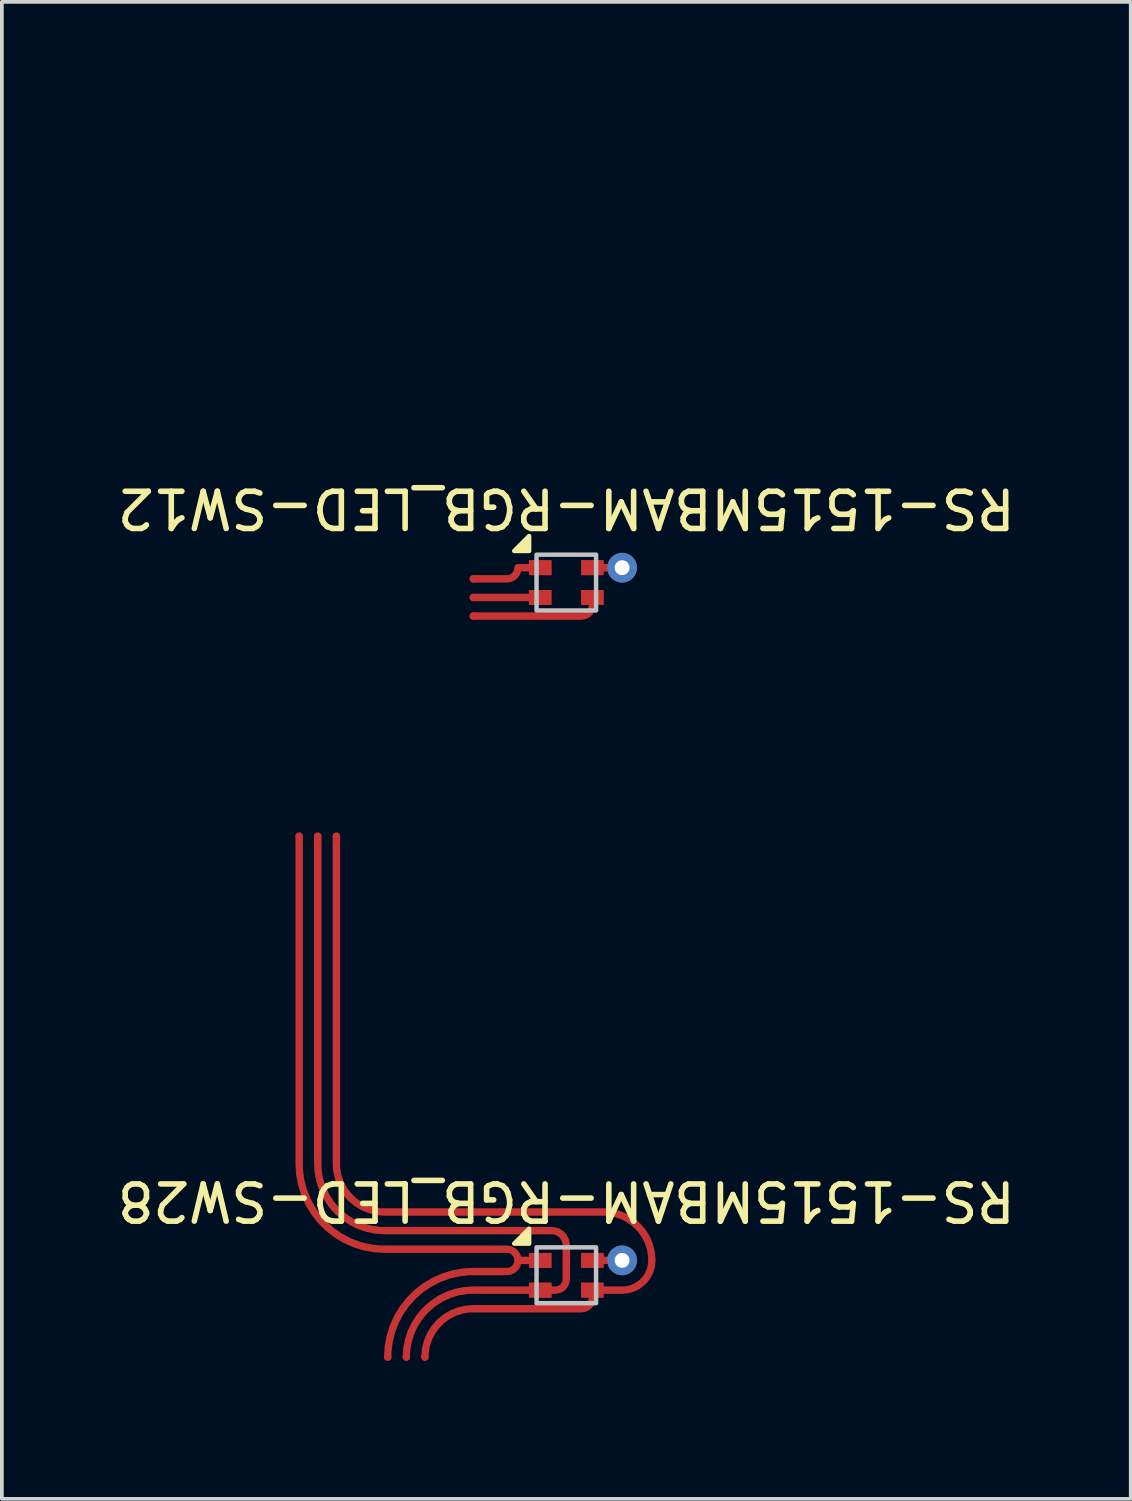
<source format=kicad_pcb>
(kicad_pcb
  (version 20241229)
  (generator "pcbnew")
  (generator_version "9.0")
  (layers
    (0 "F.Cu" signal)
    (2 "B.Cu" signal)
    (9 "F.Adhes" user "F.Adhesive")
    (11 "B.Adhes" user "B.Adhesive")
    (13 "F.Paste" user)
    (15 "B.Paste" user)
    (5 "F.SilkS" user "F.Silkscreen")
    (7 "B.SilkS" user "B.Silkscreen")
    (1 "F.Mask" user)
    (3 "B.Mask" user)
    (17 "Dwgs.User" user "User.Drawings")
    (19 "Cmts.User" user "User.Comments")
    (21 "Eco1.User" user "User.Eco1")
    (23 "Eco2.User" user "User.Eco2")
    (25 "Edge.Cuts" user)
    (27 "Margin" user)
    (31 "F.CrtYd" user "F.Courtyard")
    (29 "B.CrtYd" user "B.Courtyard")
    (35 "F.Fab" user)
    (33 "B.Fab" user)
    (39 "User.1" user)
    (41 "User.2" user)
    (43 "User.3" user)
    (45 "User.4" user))
  (footprint "RS-1515MBAM-RGB_LED-SW28"
    (layer "F.Cu")
    (at 12.173 31.23)
    (property "Reference" "RS-1515MBAM-RGB_LED-SW28" (at 0 -2 180) (unlocked yes) (layer "F.SilkS") (effects (font (size 1 1) (thickness 0.15))))
    (attr smd)
    (fp_poly (pts (xy -1 -0.85) (xy -1.4 -0.85) (xy -1 -1.25)) (stroke (width 0.12) (type solid)) (fill yes) (layer "F.SilkS"))
    (fp_rect (start -0.8 -0.75) (end 0.8 0.75) (stroke (width 0.12) (type solid)) (fill no) (layer "Dwgs.User"))
    (fp_line (start -2 -12.55) (end 2 -12.55) (stroke (width 0.12) (type solid)) (layer "User.4"))
    (fp_line (start -2 -11.05) (end 2 -11.05) (stroke (width 0.12) (type solid)) (layer "User.4"))
    (fp_line (start -2 1.45) (end 2 1.45) (stroke (width 0.12) (type solid)) (layer "User.4"))
    (fp_line (start -2 2.95) (end 2 2.95) (stroke (width 0.12) (type solid)) (layer "User.4"))
    (fp_arc (start -2 -11.05) (mid -2.75 -11.8) (end -2 -12.55) (stroke (width 0.12) (type solid)) (layer "User.4"))
    (fp_arc (start -2 2.95) (mid -2.75 2.2) (end -2 1.45) (stroke (width 0.12) (type solid)) (layer "User.4"))
    (fp_arc (start 2 -12.55) (mid 2.75 -11.8) (end 2 -11.05) (stroke (width 0.12) (type solid)) (layer "User.4"))
    (fp_arc (start 2 1.45) (mid 2.75 2.2) (end 2 2.95) (stroke (width 0.12) (type solid)) (layer "User.4"))
    (fp_circle (center 0 -4.8) (end 1.65 -4.8) (stroke (width 0.12) (type solid)) (fill no) (layer "User.4"))
    (pad "1" smd circle (at -7.181 -11.8) (size 0.2 0.2) (layers "F.Cu"))
    (pad "1" smd circle (at -4.8 2.2) (size 0.2 0.2) (layers "F.Cu"))
    (pad "1" smd rect (at -0.7 -0.4) (size 0.6 0.4) (layers "F.Cu" "F.Mask" "F.Paste"))
    (pad "1" smd custom (at -0.7 -0.4) (size 0.6 0.4) (layers "F.Cu") (options (anchor rect)) (primitives (gr_line (start 0 0) (end -0.6 0) (width 0.2)) (gr_arc (start -0.9 -0.3) (mid -0.6 0) (end -0.9 0.3) (width 0.2)) (gr_line (start -0.9 -0.3) (end -1.8 -0.3) (width 0.2)) (gr_line (start -1.8 -0.3) (end -4.181 -0.3) (width 0.2)) (gr_arc (start -4.18125 -0.3) (mid -5.806177 -0.972238) (end -6.481247 -2.59599) (width 0.2)) (gr_line (start -6.481 -2.6) (end -6.481 -11.4) (width 0.2)) (gr_line (start -0.9 0.3) (end -1.8 0.3) (width 0.2)) (gr_arc (start -4.1 2.6) (mid -3.426347 0.973655) (end -1.800002 0.3) (width 0.2))))
    (pad "2" smd rect (at 0.7 -0.4) (size 0.6 0.4) (layers "F.Cu" "F.Mask" "F.Paste"))
    (pad "2" smd custom (at 0.7 -0.4) (size 0.6 0.4) (layers "F.Cu") (options (anchor rect)) (primitives (gr_line (start 0 0) (end 0.8 0) (width 0.2))))
    (pad "2" thru_hole circle (at 1.5 -0.4) (size 0.8 0.8) (drill 0.4) (layers "*.Cu"))
    (pad "3" smd circle (at -6.181 -11.8) (size 0.2 0.2) (layers "F.Cu"))
    (pad "3" smd circle (at -3.8 2.2) (size 0.2 0.2) (layers "F.Cu"))
    (pad "3" smd rect (at 0.7 0.4) (size 0.6 0.4) (layers "F.Cu" "F.Mask" "F.Paste"))
    (pad "3" smd custom (at 0.7 0.4) (size 0.6 0.4) (layers "F.Cu") (options (anchor rect)) (primitives (gr_line (start 0.8 0) (end 0 0) (width 0.2)) (gr_arc (start 1.6 -0.8) (mid 1.366178 -0.234808) (end 0.801394 -0.000001) (width 0.2)) (gr_arc (start 0.3 -2.1) (mid 1.219238 -1.71924) (end 1.6 -0.800002) (width 0.2)) (gr_line (start -5.581 -2.1) (end 0.3 -2.1) (width 0.2)) (gr_arc (start -5.58125 -2.1) (mid -6.499686 -2.479958) (end -6.881248 -3.397729) (width 0.2)) (gr_line (start -6.881 -3.4) (end -6.881 -12.2) (width 0.2)) (gr_line (start 0 0.2) (end 0 0) (width 0.2)) (gr_arc (start 0 0.2) (mid -0.087868 0.412132) (end -0.3 0.5) (width 0.2)) (gr_line (start -0.3 0.5) (end -3.2 0.5) (width 0.2)) (gr_arc (start -4.5 1.8) (mid -4.11924 0.880762) (end -3.200002 0.5) (width 0.2))))
    (pad "4" smd circle (at -6.681 -11.8) (size 0.2 0.2) (layers "F.Cu"))
    (pad "4" smd circle (at -4.3 2.2) (size 0.2 0.2) (layers "F.Cu"))
    (pad "4" smd rect (at -0.7 0.4) (size 0.6 0.4) (layers "F.Cu" "F.Mask" "F.Paste"))
    (pad "4" smd custom (at -0.7 0.4) (size 0.6 0.4) (layers "F.Cu") (options (anchor rect)) (primitives (gr_line (start 0 0) (end 0.4 0) (width 0.2)) (gr_arc (start 0.7 -0.3) (mid 0.612132 -0.087868) (end 0.4 0) (width 0.2)) (gr_line (start 0.7 -0.3) (end 0.7 -1.2) (width 0.2)) (gr_arc (start 0.3 -1.6) (mid 0.582842 -1.482844) (end 0.7 -1.200002) (width 0.2)) (gr_line (start 0.3 -1.6) (end -1.8 -1.6) (width 0.2)) (gr_line (start -4.181 -1.6) (end -1.8 -1.6) (width 0.2)) (gr_arc (start -4.18125 -1.6) (mid -5.452933 -2.126097) (end -5.98125 -3.396859) (width 0.2)) (gr_line (start -5.981 -3.4) (end -5.981 -12.2) (width 0.2)) (gr_line (start 0 0) (end -1.8 0) (width 0.2)) (gr_arc (start -3.6 1.8) (mid -3.073902 0.528319) (end -1.803141 0.000004) (width 0.2)))))
  (footprint "RS-1515MBAM-RGB_LED-SW12"
    (layer "F.Cu")
    (at 12.173 12.61)
    (property "Reference" "RS-1515MBAM-RGB_LED-SW12" (at 0 -2 180) (unlocked yes) (layer "F.SilkS") (effects (font (size 1 1) (thickness 0.15))))
    (attr smd)
    (fp_poly (pts (xy -1 -0.85) (xy -1.4 -0.85) (xy -1 -1.25)) (stroke (width 0.12) (type solid)) (fill yes) (layer "F.SilkS"))
    (fp_rect (start -0.8 -0.75) (end 0.8 0.75) (stroke (width 0.12) (type solid)) (fill no) (layer "Dwgs.User"))
    (fp_line (start -2 -12.55) (end 2 -12.55) (stroke (width 0.12) (type solid)) (layer "User.4"))
    (fp_line (start -2 -11.05) (end 2 -11.05) (stroke (width 0.12) (type solid)) (layer "User.4"))
    (fp_line (start -2 1.45) (end 2 1.45) (stroke (width 0.12) (type solid)) (layer "User.4"))
    (fp_line (start -2 2.95) (end 2 2.95) (stroke (width 0.12) (type solid)) (layer "User.4"))
    (fp_arc (start -2 -11.05) (mid -2.75 -11.8) (end -2 -12.55) (stroke (width 0.12) (type solid)) (layer "User.4"))
    (fp_arc (start -2 2.95) (mid -2.75 2.2) (end -2 1.45) (stroke (width 0.12) (type solid)) (layer "User.4"))
    (fp_arc (start 2 -12.55) (mid 2.75 -11.8) (end 2 -11.05) (stroke (width 0.12) (type solid)) (layer "User.4"))
    (fp_arc (start 2 1.45) (mid 2.75 2.2) (end 2 2.95) (stroke (width 0.12) (type solid)) (layer "User.4"))
    (fp_circle (center 0 -4.8) (end 1.65 -4.8) (stroke (width 0.12) (type solid)) (fill no) (layer "User.4"))
    (pad "1" smd circle (at -2.5 -0.1) (size 0.2 0.2) (layers "F.Cu"))
    (pad "1" smd rect (at -0.7 -0.4) (size 0.6 0.4) (layers "F.Cu" "F.Mask" "F.Paste"))
    (pad "1" smd custom (at -0.7 -0.4) (size 0.6 0.4) (layers "F.Cu") (options (anchor rect)) (primitives (gr_line (start 0 0) (end -0.6 0) (width 0.2)) (gr_arc (start -0.6 0) (mid -0.687868 0.212132) (end -0.9 0.3) (width 0.2)) (gr_line (start -0.9 0.3) (end -1.8 0.3) (width 0.2))))
    (pad "2" smd rect (at 0.7 -0.4) (size 0.6 0.4) (layers "F.Cu" "F.Mask" "F.Paste"))
    (pad "2" smd custom (at 0.7 -0.4) (size 0.6 0.4) (layers "F.Cu") (options (anchor rect)) (primitives (gr_line (start 0 0) (end 0.8 0) (width 0.2))))
    (pad "2" thru_hole circle (at 1.5 -0.4) (size 0.8 0.8) (drill 0.4) (layers "*.Cu"))
    (pad "3" smd circle (at -2.5 0.9) (size 0.2 0.2) (layers "F.Cu"))
    (pad "3" smd rect (at 0.7 0.4) (size 0.6 0.4) (layers "F.Cu" "F.Mask" "F.Paste"))
    (pad "3" smd custom (at 0.7 0.4) (size 0.6 0.4) (layers "F.Cu") (options (anchor rect)) (primitives (gr_arc (start 0 0.2) (mid -0.087868 0.412132) (end -0.3 0.5) (width 0.2)) (gr_line (start -0.3 0.5) (end -3.2 0.5) (width 0.2)) (gr_line (start 0 0.2) (end 0 0) (width 0.2))))
    (pad "4" smd circle (at -2.5 0.4) (size 0.2 0.2) (layers "F.Cu"))
    (pad "4" smd rect (at -0.7 0.4) (size 0.6 0.4) (layers "F.Cu" "F.Mask" "F.Paste"))
    (pad "4" smd custom (at -0.7 0.4) (size 0.6 0.4) (layers "F.Cu") (options (anchor rect)) (primitives (gr_line (start 0 0) (end -1.8 0) (width 0.2)))))
  (gr_rect
    (start -3 -3)
    (end 27.345 37.24)
    (stroke (width 0.1) (type default))
    (fill no)
    (layer "Edge.Cuts")))
</source>
